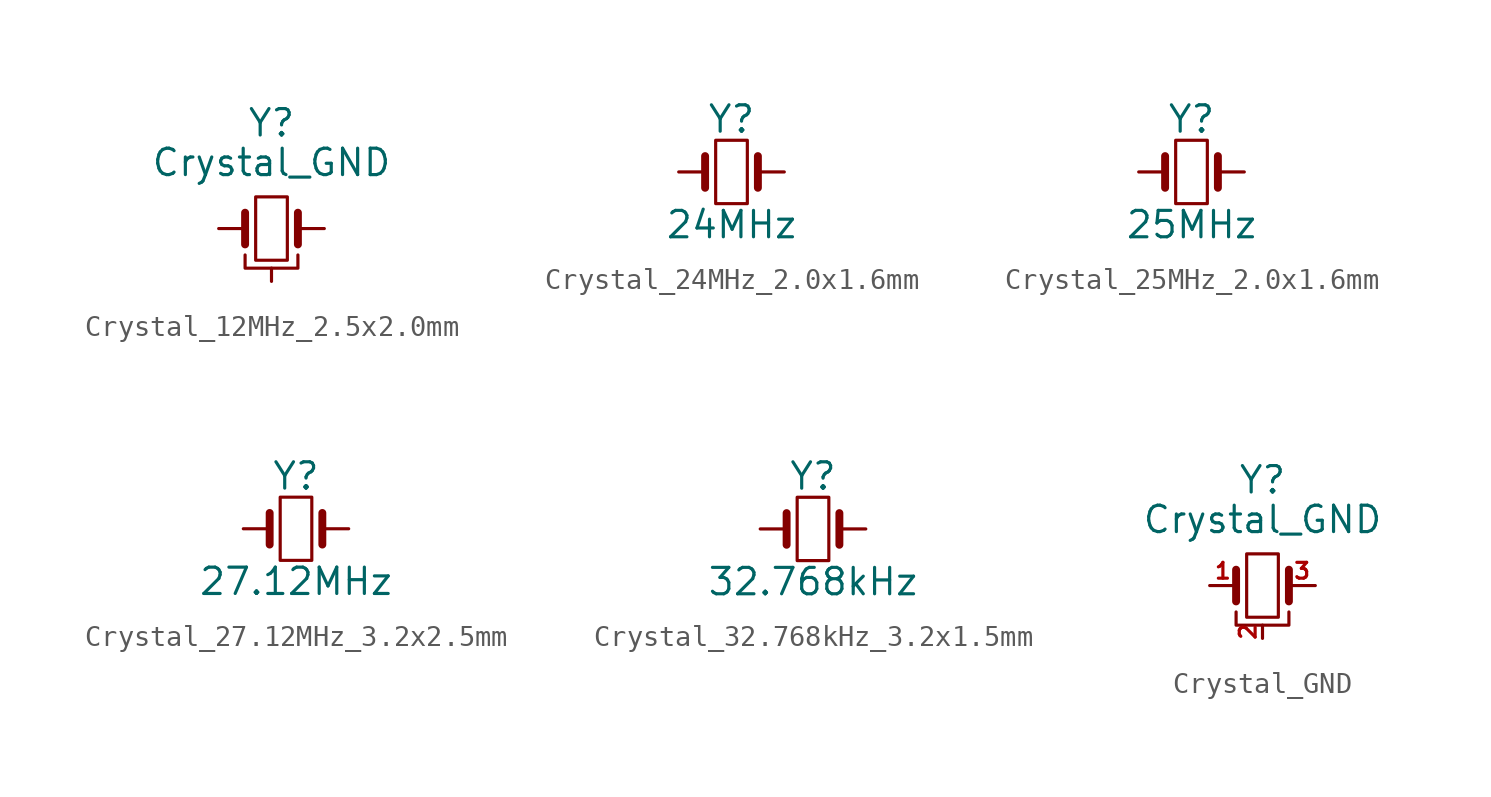
<source format=kicad_sym>
(kicad_symbol_lib
  (version 20231120)
  (generator "kicad_symbol_editor")
  (generator_version "8.0")
  (symbol "Crystal_12MHz_2.5x2.0mm"
    (pin_numbers hide)
    (pin_names
      (offset 1.016) hide)
    (property "Reference" "Y"
      (at 0 5.08 0)
      (effects (font (size 1.27 1.27))))
    (property "Value" "Crystal_GND"
      (at 0 3.175 0)
      (effects (font (size 1.27 1.27))))
    (symbol "Crystal_12MHz_2.5x2.0mm_0_1"
      (rectangle (start -0.762 -1.524) (end 0.762 1.524) (stroke (width 0) (type default)) (fill (type none)))
      (polyline (pts (xy -1.27 -0.762) (xy -1.27 0.762)) (stroke (width 0.381) (type default)) (fill (type none)))
      (polyline (pts (xy 1.27 -0.762) (xy 1.27 0.762)) (stroke (width 0.381) (type default)) (fill (type none)))
      (polyline (pts (xy -1.27 -1.27) (xy -1.27 -1.905) (xy 1.27 -1.905) (xy 1.27 -1.27)) (stroke (width 0) (type default)) (fill (type none))))
    (symbol "Crystal_12MHz_2.5x2.0mm_1_1"
      (pin passive line (at -2.54 0 0) (length 1.27) (name "1" (effects (font (size 1.27 1.27)))) (number "1" (effects (font (size 0.762 0.762)))))
      (pin passive line (at 0 -2.54 90) (length 0.635) (name "2" (effects (font (size 1.27 1.27)))) (number "2" (effects (font (size 0.762 0.762)))))
      (pin passive line (at 2.54 0 180) (length 1.27) (name "3" (effects (font (size 1.27 1.27)))) (number "3" (effects (font (size 0.762 0.762)))))
      (pin passive line (at 0 -2.54 90) (length 0.635) hide (name "4" (effects (font (size 1.27 1.27)))) (number "4" (effects (font (size 0.762 0.762)))))))
  (symbol "Crystal_24MHz_2.0x1.6mm"
    (pin_numbers hide)
    (pin_names
      (offset 1.016) hide)
    (property "Reference" "Y"
      (at 0 2.54 0)
      (effects (font (size 1.27 1.27))))
    (property "Value" "24MHz"
      (at 0 -2.54 0)
      (effects (font (size 1.27 1.27))))
    (symbol "Crystal_24MHz_2.0x1.6mm_0_1"
      (rectangle (start -0.762 -1.524) (end 0.762 1.524) (stroke (width 0) (type default)) (fill (type none)))
      (polyline (pts (xy -1.27 -0.762) (xy -1.27 0.762)) (stroke (width 0.381) (type default)) (fill (type none)))
      (polyline (pts (xy 1.27 -0.762) (xy 1.27 0.762)) (stroke (width 0.381) (type default)) (fill (type none))))
    (symbol "Crystal_24MHz_2.0x1.6mm_1_1"
      (pin passive line (at -2.54 0 0) (length 1.27) (name "1" (effects (font (size 1.27 1.27)))) (number "1" (effects (font (size 1.27 1.27)))))
      (pin passive line (at 2.54 0 180) (length 1.27) (name "2" (effects (font (size 1.27 1.27)))) (number "2" (effects (font (size 1.27 1.27)))))))
  (symbol "Crystal_25MHz_2.0x1.6mm"
    (pin_numbers hide)
    (pin_names
      (offset 1.016) hide)
    (property "Reference" "Y"
      (at 0 2.54 0)
      (effects (font (size 1.27 1.27))))
    (property "Value" "25MHz"
      (at 0 -2.54 0)
      (effects (font (size 1.27 1.27))))
    (symbol "Crystal_25MHz_2.0x1.6mm_0_1"
      (rectangle (start -0.762 -1.524) (end 0.762 1.524) (stroke (width 0) (type default)) (fill (type none)))
      (polyline (pts (xy -1.27 -0.762) (xy -1.27 0.762)) (stroke (width 0.381) (type default)) (fill (type none)))
      (polyline (pts (xy 1.27 -0.762) (xy 1.27 0.762)) (stroke (width 0.381) (type default)) (fill (type none))))
    (symbol "Crystal_25MHz_2.0x1.6mm_1_1"
      (pin passive line (at -2.54 0 0) (length 1.27) (name "1" (effects (font (size 1.27 1.27)))) (number "1" (effects (font (size 1.27 1.27)))))
      (pin passive line (at 2.54 0 180) (length 1.27) (name "2" (effects (font (size 1.27 1.27)))) (number "2" (effects (font (size 1.27 1.27)))))))
  (symbol "Crystal_27.12MHz_3.2x2.5mm"
    (pin_numbers hide)
    (pin_names
      (offset 1.016) hide)
    (property "Reference" "Y"
      (at 0 2.54 0)
      (effects (font (size 1.27 1.27))))
    (property "Value" "27.12MHz"
      (at 0 -2.54 0)
      (effects (font (size 1.27 1.27))))
    (symbol "Crystal_27.12MHz_3.2x2.5mm_0_1"
      (rectangle (start -0.762 -1.524) (end 0.762 1.524) (stroke (width 0) (type default)) (fill (type none)))
      (polyline (pts (xy -1.27 -0.762) (xy -1.27 0.762)) (stroke (width 0.381) (type default)) (fill (type none)))
      (polyline (pts (xy 1.27 -0.762) (xy 1.27 0.762)) (stroke (width 0.381) (type default)) (fill (type none))))
    (symbol "Crystal_27.12MHz_3.2x2.5mm_1_1"
      (pin passive line (at -2.54 0 0) (length 1.27) (name "1" (effects (font (size 1.27 1.27)))) (number "1" (effects (font (size 1.27 1.27)))))
      (pin passive line (at 2.54 0 180) (length 1.27) (name "2" (effects (font (size 1.27 1.27)))) (number "2" (effects (font (size 1.27 1.27)))))))
  (symbol "Crystal_32.768kHz_3.2x1.5mm"
    (pin_numbers hide)
    (pin_names
      (offset 1.016) hide)
    (property "Reference" "Y"
      (at 0 2.54 0)
      (effects (font (size 1.27 1.27))))
    (property "Value" "32.768kHz"
      (at 0 -2.54 0)
      (effects (font (size 1.27 1.27))))
    (symbol "Crystal_32.768kHz_3.2x1.5mm_0_1"
      (rectangle (start -0.762 -1.524) (end 0.762 1.524) (stroke (width 0) (type default)) (fill (type none)))
      (polyline (pts (xy -1.27 -0.762) (xy -1.27 0.762)) (stroke (width 0.381) (type default)) (fill (type none)))
      (polyline (pts (xy 1.27 -0.762) (xy 1.27 0.762)) (stroke (width 0.381) (type default)) (fill (type none))))
    (symbol "Crystal_32.768kHz_3.2x1.5mm_1_1"
      (pin passive line (at -2.54 0 0) (length 1.27) (name "1" (effects (font (size 1.27 1.27)))) (number "1" (effects (font (size 1.27 1.27)))))
      (pin passive line (at 2.54 0 180) (length 1.27) (name "2" (effects (font (size 1.27 1.27)))) (number "2" (effects (font (size 1.27 1.27)))))))
  (symbol "Crystal_GND"
    (pin_names
      (offset 1.016) hide)
    (property "Reference" "Y"
      (at 0 5.08 0)
      (effects (font (size 1.27 1.27))))
    (property "Value" "Crystal_GND"
      (at 0 3.175 0)
      (effects (font (size 1.27 1.27))))
    (symbol "Crystal_GND_0_1"
      (rectangle (start -0.762 -1.524) (end 0.762 1.524) (stroke (width 0) (type default)) (fill (type none)))
      (polyline (pts (xy -1.27 -0.762) (xy -1.27 0.762)) (stroke (width 0.381) (type default)) (fill (type none)))
      (polyline (pts (xy 1.27 -0.762) (xy 1.27 0.762)) (stroke (width 0.381) (type default)) (fill (type none)))
      (polyline (pts (xy -1.27 -1.27) (xy -1.27 -1.905) (xy 1.27 -1.905) (xy 1.27 -1.27)) (stroke (width 0) (type default)) (fill (type none))))
    (symbol "Crystal_GND_1_1"
      (pin passive line (at -2.54 0 0) (length 1.27) (name "1" (effects (font (size 1.27 1.27)))) (number "1" (effects (font (size 0.762 0.762)))))
      (pin passive line (at 0 -2.54 90) (length 0.635) (name "2" (effects (font (size 1.27 1.27)))) (number "2" (effects (font (size 0.762 0.762)))))
      (pin passive line (at 2.54 0 180) (length 1.27) (name "3" (effects (font (size 1.27 1.27)))) (number "3" (effects (font (size 0.762 0.762))))))))
</source>
